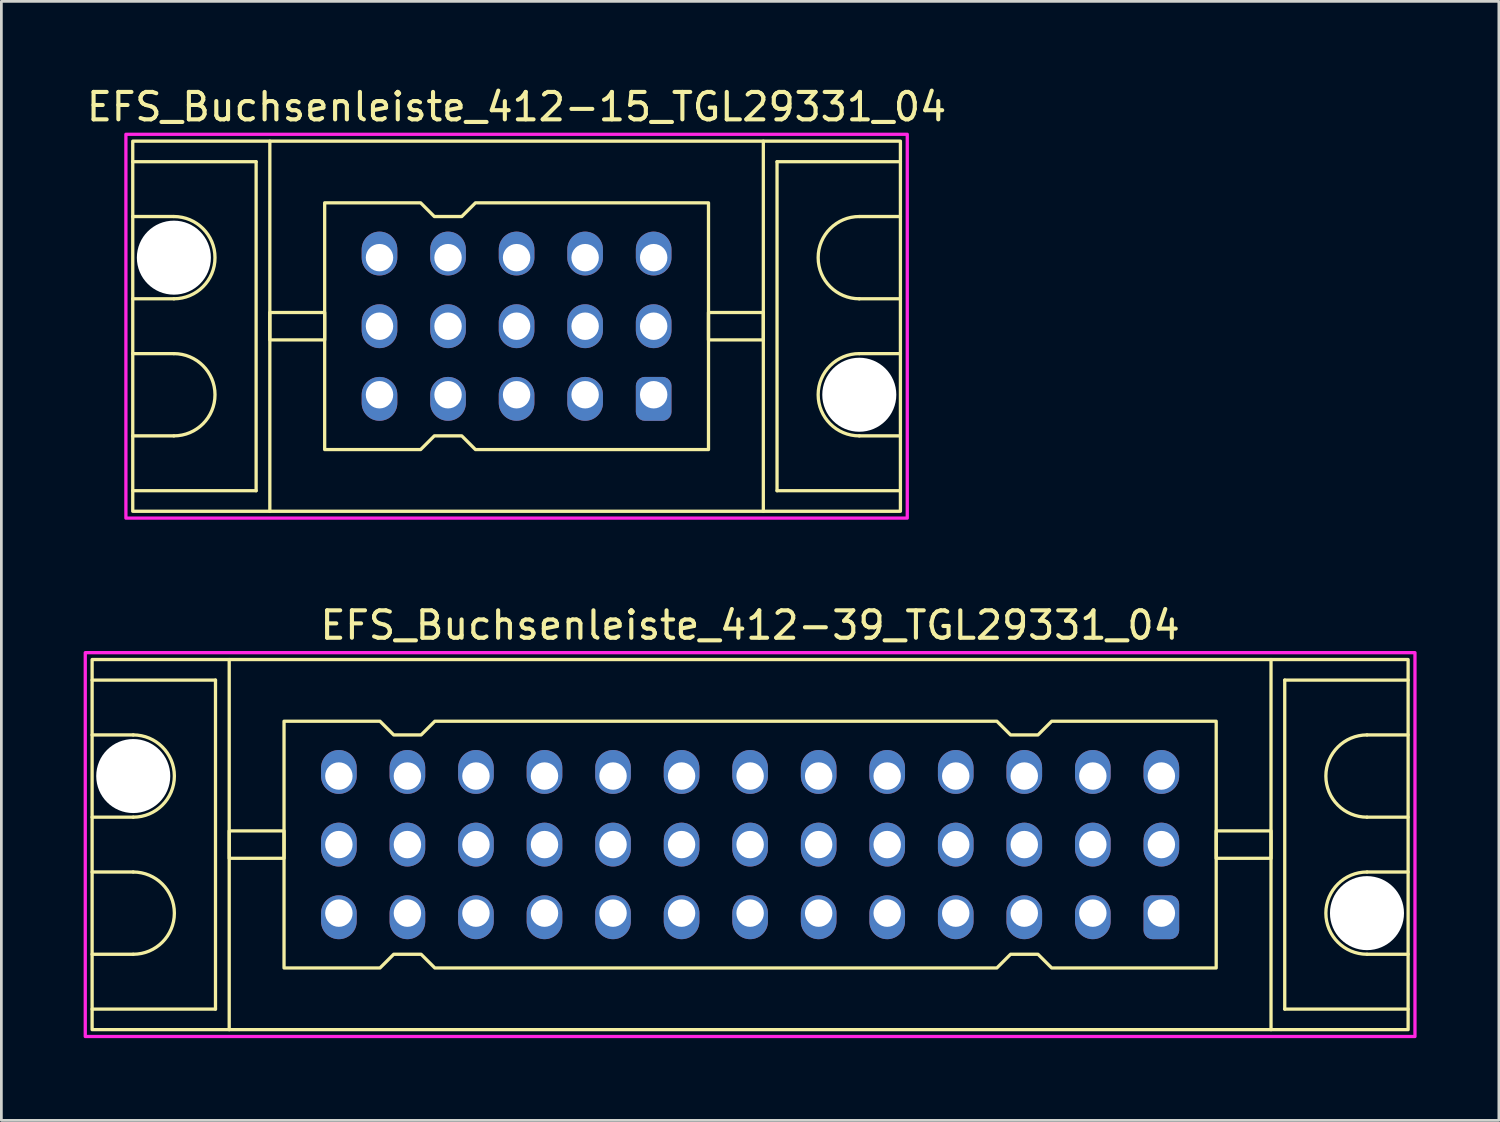
<source format=kicad_pcb>
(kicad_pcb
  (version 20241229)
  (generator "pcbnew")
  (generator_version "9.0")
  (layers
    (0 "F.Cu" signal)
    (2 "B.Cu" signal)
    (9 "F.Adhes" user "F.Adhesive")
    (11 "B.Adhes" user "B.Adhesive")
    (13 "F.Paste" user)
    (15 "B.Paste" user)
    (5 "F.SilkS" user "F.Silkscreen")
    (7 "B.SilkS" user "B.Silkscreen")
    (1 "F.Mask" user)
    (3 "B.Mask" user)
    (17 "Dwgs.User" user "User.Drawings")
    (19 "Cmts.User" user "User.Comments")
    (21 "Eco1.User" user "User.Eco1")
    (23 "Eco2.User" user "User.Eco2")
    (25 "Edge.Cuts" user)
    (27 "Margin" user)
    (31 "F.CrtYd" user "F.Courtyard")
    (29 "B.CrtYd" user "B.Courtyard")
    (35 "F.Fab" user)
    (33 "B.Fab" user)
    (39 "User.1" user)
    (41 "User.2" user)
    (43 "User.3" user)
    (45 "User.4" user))
  (footprint "EFS_Buchsenleiste_412-39_TGL29331_04"
    (layer "F.Cu")
    (at 24.31 27.756)
    (property "Reference" "EFS_Buchsenleiste_412-39_TGL29331_04" (at 0 -8 180) (layer "F.SilkS") (effects (font (size 1 1) (thickness 0.15))))
    (attr through_hole)
    (fp_line (start -24 -6) (end -19.5 -6) (stroke (width 0.12) (type solid)) (layer "F.SilkS"))
    (fp_line (start -22.5 -4) (end -24 -4) (stroke (width 0.12) (type solid)) (layer "F.SilkS"))
    (fp_line (start -22.5 -1) (end -24 -1) (stroke (width 0.12) (type solid)) (layer "F.SilkS"))
    (fp_line (start -22.5 1) (end -24 1) (stroke (width 0.12) (type solid)) (layer "F.SilkS"))
    (fp_line (start -22.5 4) (end -24 4) (stroke (width 0.12) (type solid)) (layer "F.SilkS"))
    (fp_line (start -19.5 -6) (end -19.5 6) (stroke (width 0.12) (type solid)) (layer "F.SilkS"))
    (fp_line (start -19.5 6) (end -24 6) (stroke (width 0.12) (type solid)) (layer "F.SilkS"))
    (fp_line (start -19 6.75) (end -19 -6.75) (stroke (width 0.12) (type solid)) (layer "F.SilkS"))
    (fp_line (start 19 6.75) (end 19 -6.75) (stroke (width 0.12) (type solid)) (layer "F.SilkS"))
    (fp_line (start 19.5 -6) (end 19.5 6) (stroke (width 0.12) (type solid)) (layer "F.SilkS"))
    (fp_line (start 19.5 6) (end 24 6) (stroke (width 0.12) (type solid)) (layer "F.SilkS"))
    (fp_line (start 22.5 -4) (end 24 -4) (stroke (width 0.12) (type solid)) (layer "F.SilkS"))
    (fp_line (start 22.5 -1) (end 24 -1) (stroke (width 0.12) (type solid)) (layer "F.SilkS"))
    (fp_line (start 22.5 1) (end 24 1) (stroke (width 0.12) (type solid)) (layer "F.SilkS"))
    (fp_line (start 22.5 4) (end 24 4) (stroke (width 0.12) (type solid)) (layer "F.SilkS"))
    (fp_line (start 24 -6) (end 19.5 -6) (stroke (width 0.12) (type solid)) (layer "F.SilkS"))
    (fp_rect (start -24 -6.75) (end 24 6.75) (stroke (width 0.12) (type solid)) (fill no) (layer "F.SilkS"))
    (fp_rect (start -19 -0.5) (end -17 0.5) (stroke (width 0.12) (type solid)) (fill no) (layer "F.SilkS"))
    (fp_rect (start 19 -0.5) (end 17 0.5) (stroke (width 0.12) (type solid)) (fill no) (layer "F.SilkS"))
    (fp_arc (start -22.5 -4) (mid -21 -2.5) (end -22.5 -1) (stroke (width 0.12) (type solid)) (layer "F.SilkS"))
    (fp_arc (start -22.5 1) (mid -21 2.5) (end -22.5 4) (stroke (width 0.12) (type solid)) (layer "F.SilkS"))
    (fp_arc (start 22.5 -1) (mid 21 -2.5) (end 22.5 -4) (stroke (width 0.12) (type solid)) (layer "F.SilkS"))
    (fp_arc (start 22.5 4) (mid 21 2.5) (end 22.5 1) (stroke (width 0.12) (type solid)) (layer "F.SilkS"))
    (fp_poly (pts (xy -13 -4) (xy -12 -4) (xy -11.5 -4.5) (xy 9 -4.5) (xy 9.5 -4) (xy 10.5 -4) (xy 11 -4.5) (xy 17 -4.5) (xy 17 4.5) (xy 11 4.5) (xy 10.5 4) (xy 9.5 4) (xy 9 4.5) (xy -11.5 4.5) (xy -12 4) (xy -13 4) (xy -13.5 4.5) (xy -17 4.5) (xy -17 -4.5) (xy -13.5 -4.5)) (stroke (width 0.12) (type solid)) (fill no) (layer "F.SilkS"))
    (fp_rect (start -24.25 -7) (end 24.25 7) (stroke (width 0.12) (type solid)) (fill no) (layer "F.CrtYd"))
    (pad "" np_thru_hole circle (at -22.5 -2.5) (size 2.7 2.7) (drill 2.7) (layers "*.Cu" "*.Mask"))
    (pad "" np_thru_hole circle (at 22.5 2.5) (size 2.7 2.7) (drill 2.7) (layers "*.Cu" "*.Mask"))
    (pad "1a" thru_hole roundrect (at 15 2.5 180) (size 1.3 1.6) (drill 1 (offset 0 -0.15)) (layers "*.Cu" "*.Mask") (roundrect_rratio 0.25))
    (pad "1b" thru_hole oval (at 15 0 180) (size 1.3 1.6) (drill 1) (layers "*.Cu" "*.Mask"))
    (pad "1c" thru_hole oval (at 15 -2.5 180) (size 1.3 1.6) (drill 1 (offset 0 0.15)) (layers "*.Cu" "*.Mask"))
    (pad "2a" thru_hole oval (at 12.5 2.5 180) (size 1.3 1.6) (drill 1 (offset 0 -0.15)) (layers "*.Cu" "*.Mask"))
    (pad "2b" thru_hole oval (at 12.5 0 180) (size 1.3 1.6) (drill 1) (layers "*.Cu" "*.Mask"))
    (pad "2c" thru_hole oval (at 12.5 -2.5 180) (size 1.3 1.6) (drill 1 (offset 0 0.15)) (layers "*.Cu" "*.Mask"))
    (pad "3a" thru_hole oval (at 10 2.5 180) (size 1.3 1.6) (drill 1 (offset 0 -0.15)) (layers "*.Cu" "*.Mask"))
    (pad "3b" thru_hole oval (at 10 0 180) (size 1.3 1.6) (drill 1) (layers "*.Cu" "*.Mask"))
    (pad "3c" thru_hole oval (at 10 -2.5 180) (size 1.3 1.6) (drill 1 (offset 0 0.15)) (layers "*.Cu" "*.Mask"))
    (pad "4a" thru_hole oval (at 7.5 2.5 180) (size 1.3 1.6) (drill 1 (offset 0 -0.15)) (layers "*.Cu" "*.Mask"))
    (pad "4b" thru_hole oval (at 7.5 0 180) (size 1.3 1.6) (drill 1) (layers "*.Cu" "*.Mask"))
    (pad "4c" thru_hole oval (at 7.5 -2.5 180) (size 1.3 1.6) (drill 1 (offset 0 0.15)) (layers "*.Cu" "*.Mask"))
    (pad "5a" thru_hole oval (at 5 2.5 180) (size 1.3 1.6) (drill 1 (offset 0 -0.15)) (layers "*.Cu" "*.Mask"))
    (pad "5b" thru_hole oval (at 5 0 180) (size 1.3 1.6) (drill 1) (layers "*.Cu" "*.Mask"))
    (pad "5c" thru_hole oval (at 5 -2.5 180) (size 1.3 1.6) (drill 1 (offset 0 0.15)) (layers "*.Cu" "*.Mask"))
    (pad "6a" thru_hole oval (at 2.5 2.5 180) (size 1.3 1.6) (drill 1 (offset 0 -0.15)) (layers "*.Cu" "*.Mask"))
    (pad "6b" thru_hole oval (at 2.5 0 180) (size 1.3 1.6) (drill 1) (layers "*.Cu" "*.Mask"))
    (pad "6c" thru_hole oval (at 2.5 -2.5 180) (size 1.3 1.6) (drill 1 (offset 0 0.15)) (layers "*.Cu" "*.Mask"))
    (pad "7a" thru_hole oval (at 0 2.5 180) (size 1.3 1.6) (drill 1 (offset 0 -0.15)) (layers "*.Cu" "*.Mask"))
    (pad "7b" thru_hole oval (at 0 0 180) (size 1.3 1.6) (drill 1) (layers "*.Cu" "*.Mask"))
    (pad "7c" thru_hole oval (at 0 -2.5 180) (size 1.3 1.6) (drill 1 (offset 0 0.15)) (layers "*.Cu" "*.Mask"))
    (pad "8a" thru_hole oval (at -2.5 2.5 180) (size 1.3 1.6) (drill 1 (offset 0 -0.15)) (layers "*.Cu" "*.Mask"))
    (pad "8b" thru_hole oval (at -2.5 0 180) (size 1.3 1.6) (drill 1) (layers "*.Cu" "*.Mask"))
    (pad "8c" thru_hole oval (at -2.5 -2.5 180) (size 1.3 1.6) (drill 1 (offset 0 0.15)) (layers "*.Cu" "*.Mask"))
    (pad "9a" thru_hole oval (at -5 2.5 180) (size 1.3 1.6) (drill 1 (offset 0 -0.15)) (layers "*.Cu" "*.Mask"))
    (pad "9b" thru_hole oval (at -5 0 180) (size 1.3 1.6) (drill 1) (layers "*.Cu" "*.Mask"))
    (pad "9c" thru_hole oval (at -5 -2.5 180) (size 1.3 1.6) (drill 1 (offset 0 0.15)) (layers "*.Cu" "*.Mask"))
    (pad "10a" thru_hole oval (at -7.5 2.5 180) (size 1.3 1.6) (drill 1 (offset 0 -0.15)) (layers "*.Cu" "*.Mask"))
    (pad "10b" thru_hole oval (at -7.5 0 180) (size 1.3 1.6) (drill 1) (layers "*.Cu" "*.Mask"))
    (pad "10c" thru_hole oval (at -7.5 -2.5 180) (size 1.3 1.6) (drill 1 (offset 0 0.15)) (layers "*.Cu" "*.Mask"))
    (pad "11a" thru_hole oval (at -10 2.5 180) (size 1.3 1.6) (drill 1 (offset 0 -0.15)) (layers "*.Cu" "*.Mask"))
    (pad "11b" thru_hole oval (at -10 0 180) (size 1.3 1.6) (drill 1) (layers "*.Cu" "*.Mask"))
    (pad "11c" thru_hole oval (at -10 -2.5 180) (size 1.3 1.6) (drill 1 (offset 0 0.15)) (layers "*.Cu" "*.Mask"))
    (pad "12a" thru_hole oval (at -12.5 2.5 180) (size 1.3 1.6) (drill 1 (offset 0 -0.15)) (layers "*.Cu" "*.Mask"))
    (pad "12b" thru_hole oval (at -12.5 0 180) (size 1.3 1.6) (drill 1) (layers "*.Cu" "*.Mask"))
    (pad "12c" thru_hole oval (at -12.5 -2.5 180) (size 1.3 1.6) (drill 1 (offset 0 0.15)) (layers "*.Cu" "*.Mask"))
    (pad "13a" thru_hole oval (at -15 2.5 180) (size 1.3 1.6) (drill 1 (offset 0 -0.15)) (layers "*.Cu" "*.Mask"))
    (pad "13b" thru_hole oval (at -15 0 180) (size 1.3 1.6) (drill 1) (layers "*.Cu" "*.Mask"))
    (pad "13c" thru_hole oval (at -15 -2.5 180) (size 1.3 1.6) (drill 1 (offset 0 0.15)) (layers "*.Cu" "*.Mask")))
  (footprint "EFS_Buchsenleiste_412-15_TGL29331_04"
    (layer "F.Cu")
    (at 15.792 8.848)
    (property "Reference" "EFS_Buchsenleiste_412-15_TGL29331_04" (at 0 -8 180) (layer "F.SilkS") (effects (font (size 1 1) (thickness 0.15))))
    (attr through_hole)
    (fp_line (start -14 -6) (end -9.5 -6) (stroke (width 0.12) (type solid)) (layer "F.SilkS"))
    (fp_line (start -12.5 -4) (end -14 -4) (stroke (width 0.12) (type solid)) (layer "F.SilkS"))
    (fp_line (start -12.5 -1) (end -14 -1) (stroke (width 0.12) (type solid)) (layer "F.SilkS"))
    (fp_line (start -12.5 1) (end -14 1) (stroke (width 0.12) (type solid)) (layer "F.SilkS"))
    (fp_line (start -12.5 4) (end -14 4) (stroke (width 0.12) (type solid)) (layer "F.SilkS"))
    (fp_line (start -9.5 -6) (end -9.5 6) (stroke (width 0.12) (type solid)) (layer "F.SilkS"))
    (fp_line (start -9.5 6) (end -14 6) (stroke (width 0.12) (type solid)) (layer "F.SilkS"))
    (fp_line (start -9 6.75) (end -9 -6.75) (stroke (width 0.12) (type solid)) (layer "F.SilkS"))
    (fp_line (start 9 6.75) (end 9 -6.75) (stroke (width 0.12) (type solid)) (layer "F.SilkS"))
    (fp_line (start 9.5 -6) (end 9.5 6) (stroke (width 0.12) (type solid)) (layer "F.SilkS"))
    (fp_line (start 9.5 6) (end 14 6) (stroke (width 0.12) (type solid)) (layer "F.SilkS"))
    (fp_line (start 12.5 -4) (end 14 -4) (stroke (width 0.12) (type solid)) (layer "F.SilkS"))
    (fp_line (start 12.5 -1) (end 14 -1) (stroke (width 0.12) (type solid)) (layer "F.SilkS"))
    (fp_line (start 12.5 1) (end 14 1) (stroke (width 0.12) (type solid)) (layer "F.SilkS"))
    (fp_line (start 12.5 4) (end 14 4) (stroke (width 0.12) (type solid)) (layer "F.SilkS"))
    (fp_line (start 14 -6) (end 9.5 -6) (stroke (width 0.12) (type solid)) (layer "F.SilkS"))
    (fp_rect (start -14 -6.75) (end 14 6.75) (stroke (width 0.12) (type solid)) (fill no) (layer "F.SilkS"))
    (fp_rect (start -9 -0.5) (end -7 0.5) (stroke (width 0.12) (type solid)) (fill no) (layer "F.SilkS"))
    (fp_rect (start 9 -0.5) (end 7 0.5) (stroke (width 0.12) (type solid)) (fill no) (layer "F.SilkS"))
    (fp_arc (start -12.5 -4) (mid -11 -2.5) (end -12.5 -1) (stroke (width 0.12) (type solid)) (layer "F.SilkS"))
    (fp_arc (start -12.5 1) (mid -11 2.5) (end -12.5 4) (stroke (width 0.12) (type solid)) (layer "F.SilkS"))
    (fp_arc (start 12.5 -1) (mid 11 -2.5) (end 12.5 -4) (stroke (width 0.12) (type solid)) (layer "F.SilkS"))
    (fp_arc (start 12.5 4) (mid 11 2.5) (end 12.5 1) (stroke (width 0.12) (type solid)) (layer "F.SilkS"))
    (fp_poly (pts (xy -3 -4) (xy -2 -4) (xy -1.5 -4.5) (xy 7 -4.5) (xy 7 4.5) (xy -1.5 4.5) (xy -2 4) (xy -3 4) (xy -3.5 4.5) (xy -7 4.5) (xy -7 -4.5) (xy -3.5 -4.5)) (stroke (width 0.12) (type solid)) (fill no) (layer "F.SilkS"))
    (fp_rect (start -14.25 -7) (end 14.25 7) (stroke (width 0.12) (type solid)) (fill no) (layer "F.CrtYd"))
    (pad "" np_thru_hole circle (at -12.5 -2.5) (size 2.7 2.7) (drill 2.7) (layers "*.Cu" "*.Mask"))
    (pad "" np_thru_hole circle (at 12.5 2.5) (size 2.7 2.7) (drill 2.7) (layers "*.Cu" "*.Mask"))
    (pad "1a" thru_hole roundrect (at 5 2.5 180) (size 1.3 1.6) (drill 1 (offset 0 -0.15)) (layers "*.Cu" "*.Mask") (roundrect_rratio 0.25))
    (pad "1b" thru_hole oval (at 5 0 180) (size 1.3 1.6) (drill 1) (layers "*.Cu" "*.Mask"))
    (pad "1c" thru_hole oval (at 5 -2.5 180) (size 1.3 1.6) (drill 1 (offset 0 0.15)) (layers "*.Cu" "*.Mask"))
    (pad "2a" thru_hole oval (at 2.5 2.5 180) (size 1.3 1.6) (drill 1 (offset 0 -0.15)) (layers "*.Cu" "*.Mask"))
    (pad "2b" thru_hole oval (at 2.5 0 180) (size 1.3 1.6) (drill 1) (layers "*.Cu" "*.Mask"))
    (pad "2c" thru_hole oval (at 2.5 -2.5 180) (size 1.3 1.6) (drill 1 (offset 0 0.15)) (layers "*.Cu" "*.Mask"))
    (pad "3a" thru_hole oval (at 0 2.5 180) (size 1.3 1.6) (drill 1 (offset 0 -0.15)) (layers "*.Cu" "*.Mask"))
    (pad "3b" thru_hole oval (at 0 0 180) (size 1.3 1.6) (drill 1) (layers "*.Cu" "*.Mask"))
    (pad "3c" thru_hole oval (at 0 -2.5 180) (size 1.3 1.6) (drill 1 (offset 0 0.15)) (layers "*.Cu" "*.Mask"))
    (pad "4a" thru_hole oval (at -2.5 2.5 180) (size 1.3 1.6) (drill 1 (offset 0 -0.15)) (layers "*.Cu" "*.Mask"))
    (pad "4b" thru_hole oval (at -2.5 0 180) (size 1.3 1.6) (drill 1) (layers "*.Cu" "*.Mask"))
    (pad "4c" thru_hole oval (at -2.5 -2.5 180) (size 1.3 1.6) (drill 1 (offset 0 0.15)) (layers "*.Cu" "*.Mask"))
    (pad "5a" thru_hole oval (at -5 2.5 180) (size 1.3 1.6) (drill 1 (offset 0 -0.15)) (layers "*.Cu" "*.Mask"))
    (pad "5b" thru_hole oval (at -5 0 180) (size 1.3 1.6) (drill 1) (layers "*.Cu" "*.Mask"))
    (pad "5c" thru_hole oval (at -5 -2.5 180) (size 1.3 1.6) (drill 1 (offset 0 0.15)) (layers "*.Cu" "*.Mask")))
  (gr_rect
    (start -3 -3)
    (end 51.62 37.816)
    (stroke (width 0.1) (type default))
    (fill no)
    (layer "Edge.Cuts")))
</source>
